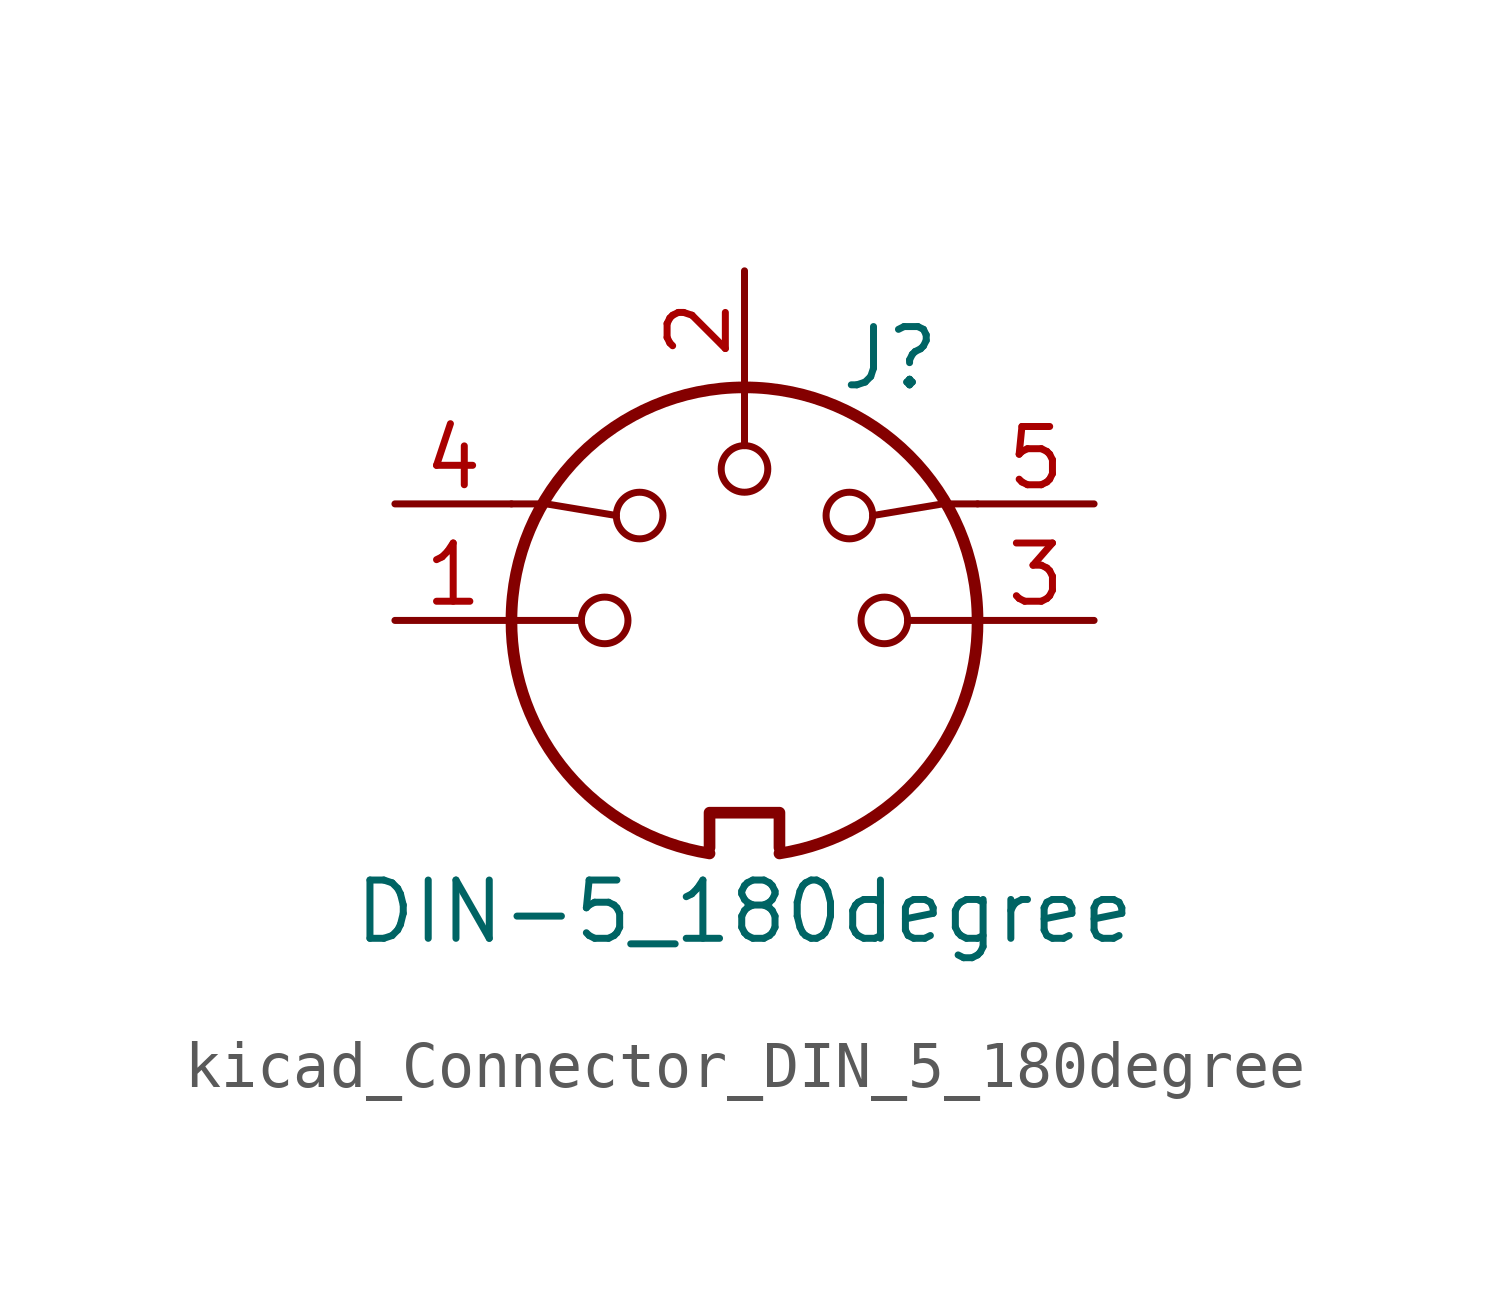
<source format=kicad_sym>
(kicad_symbol_lib
  (version 20220914)
  (generator kicad_symbol_editor)
  (symbol "kicad_Connector_DIN_5_180degree"
    (pin_names
      (offset 1.016))
    (property "Reference" "J"
      (at 3.175 5.715 0)
      (effects (font (size 1.27 1.27))))
    (property "Value" "DIN-5_180degree"
      (at 0 -6.35 0)
      (effects (font (size 1.27 1.27))))
    (symbol "kicad_Connector_DIN_5_180degree_0_1"
      (arc (start -5.08 0) (mid -3.8609 -3.3364) (end -0.762 -5.08) (stroke (width 0.254) (type default)) (fill (type none)))
      (circle (center -3.048 0) (radius 0.508) (stroke (width 0) (type default)) (fill (type none)))
      (circle (center -2.286 2.286) (radius 0.508) (stroke (width 0) (type default)) (fill (type none)))
      (polyline (pts (xy -5.08 0) (xy -3.556 0)) (stroke (width 0) (type default)) (fill (type none)))
      (polyline (pts (xy 0 5.08) (xy 0 3.81)) (stroke (width 0) (type default)) (fill (type none)))
      (polyline (pts (xy 5.08 0) (xy 3.556 0)) (stroke (width 0) (type default)) (fill (type none)))
      (polyline (pts (xy -5.08 2.54) (xy -4.318 2.54) (xy -2.794 2.286)) (stroke (width 0) (type default)) (fill (type none)))
      (polyline (pts (xy 5.08 2.54) (xy 4.318 2.54) (xy 2.794 2.286)) (stroke (width 0) (type default)) (fill (type none)))
      (polyline (pts (xy -0.762 -4.953) (xy -0.762 -4.191) (xy 0.762 -4.191) (xy 0.762 -4.953)) (stroke (width 0.254) (type default)) (fill (type none)))
      (circle (center 0 3.302) (radius 0.508) (stroke (width 0) (type default)) (fill (type none)))
      (arc (start 0.762 -5.08) (mid 3.8685 -3.343) (end 5.08 0) (stroke (width 0.254) (type default)) (fill (type none)))
      (circle (center 2.286 2.286) (radius 0.508) (stroke (width 0) (type default)) (fill (type none)))
      (circle (center 3.048 0) (radius 0.508) (stroke (width 0) (type default)) (fill (type none)))
      (arc (start 5.08 0) (mid 0 5.0579) (end -5.08 0) (stroke (width 0.254) (type default)) (fill (type none))))
    (symbol "kicad_Connector_DIN_5_180degree_1_1"
      (pin passive line (at -7.62 0 0) (length 2.54) (name "~" (effects (font (size 1.27 1.27)))) (number "1" (effects (font (size 1.27 1.27)))))
      (pin passive line (at 0 7.62 270) (length 2.54) (name "~" (effects (font (size 1.27 1.27)))) (number "2" (effects (font (size 1.27 1.27)))))
      (pin passive line (at 7.62 0 180) (length 2.54) (name "~" (effects (font (size 1.27 1.27)))) (number "3" (effects (font (size 1.27 1.27)))))
      (pin passive line (at -7.62 2.54 0) (length 2.54) (name "~" (effects (font (size 1.27 1.27)))) (number "4" (effects (font (size 1.27 1.27)))))
      (pin passive line (at 7.62 2.54 180) (length 2.54) (name "~" (effects (font (size 1.27 1.27)))) (number "5" (effects (font (size 1.27 1.27))))))))
</source>
